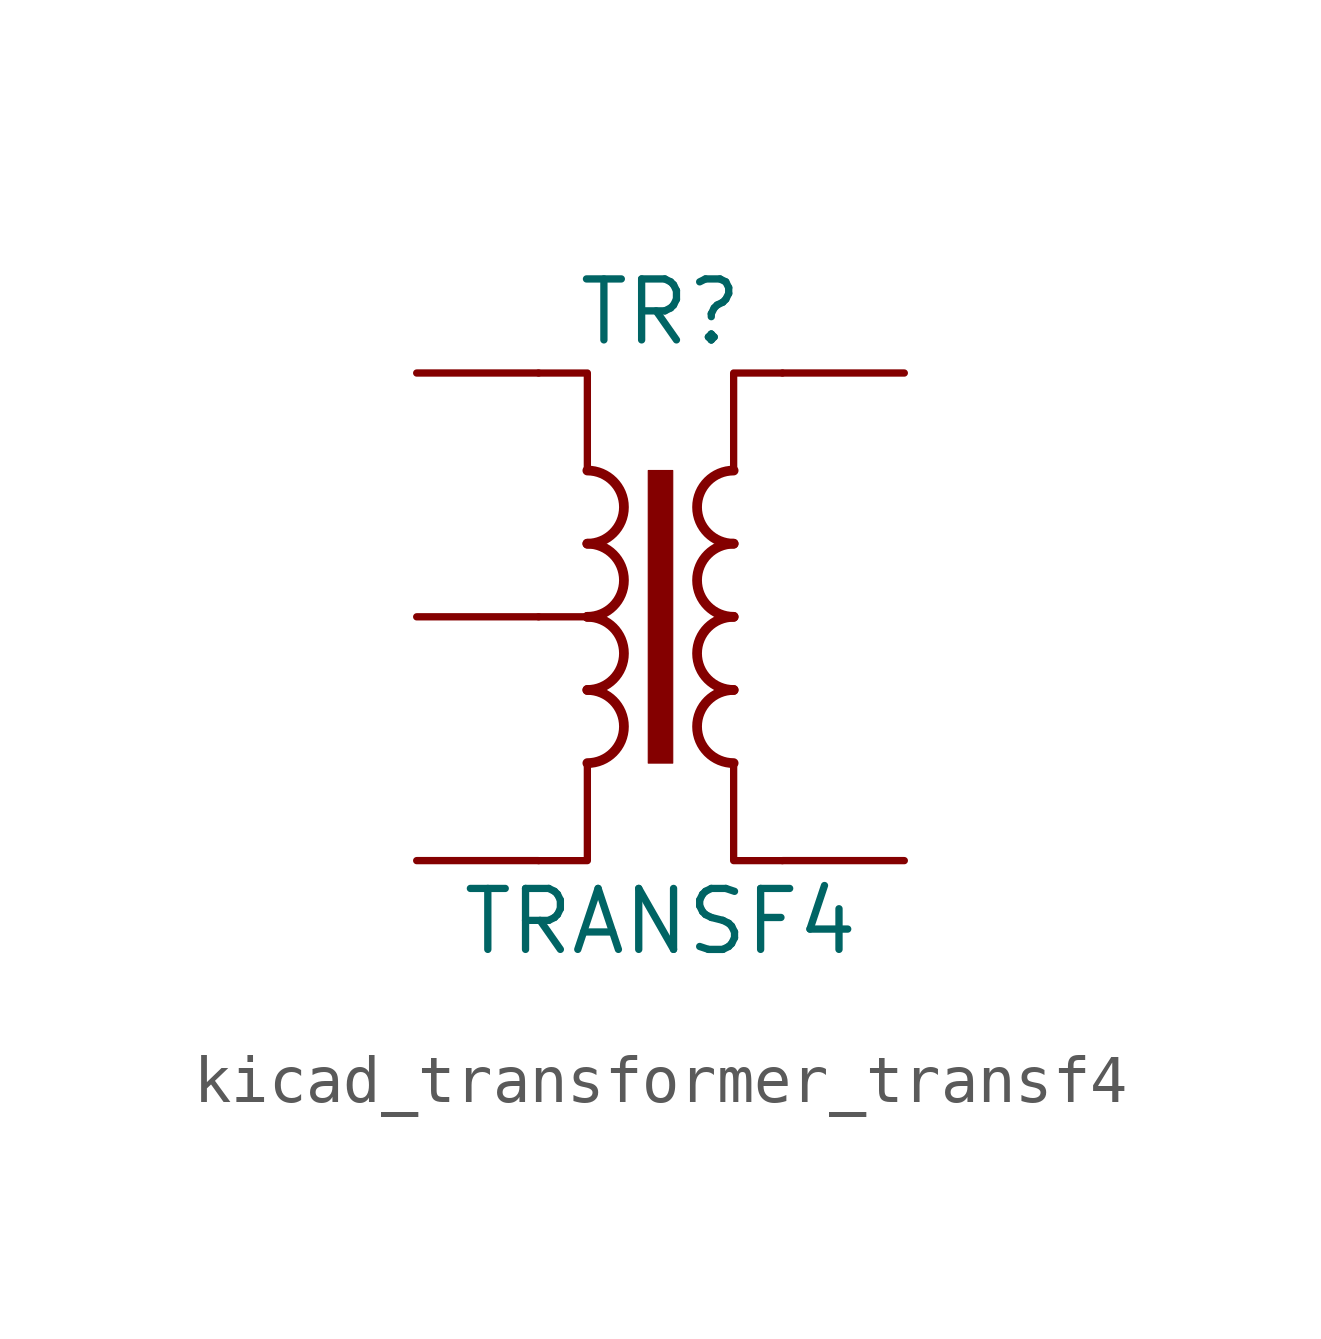
<source format=kicad_sym>
(kicad_symbol_lib
  (version 20220914)
  (generator kicad_symbol_editor)
  (symbol "kicad_transformer_transf4"
    (pin_numbers hide)
    (pin_names
      (offset 0))
    (property "Reference" "TR"
      (at 0 6.35 0)
      (effects (font (size 1.27 1.27))))
    (property "Value" "TRANSF4"
      (at 0 -6.35 0)
      (effects (font (size 1.27 1.27))))
    (symbol "kicad_transformer_transf4_0_1"
      (arc (start -1.524 -3.048) (mid -0.7653 -2.286) (end -1.524 -1.524) (stroke (width 0.2032) (type default)) (fill (type none)))
      (arc (start -1.524 -1.524) (mid -0.7653 -0.762) (end -1.524 0) (stroke (width 0.2032) (type default)) (fill (type none)))
      (arc (start -1.524 0) (mid -0.7653 0.762) (end -1.524 1.524) (stroke (width 0.2032) (type default)) (fill (type none)))
      (arc (start -1.524 1.524) (mid -0.7653 2.286) (end -1.524 3.048) (stroke (width 0.2032) (type default)) (fill (type none)))
      (rectangle (start -0.254 3.048) (end 0.254 -3.048) (stroke (width 0.025) (type default)) (fill (type outline)))
      (polyline (pts (xy -1.524 0) (xy -2.54 0) (xy -2.54 0)) (stroke (width 0) (type default)) (fill (type outline)))
      (polyline (pts (xy -2.54 5.08) (xy -1.524 5.08) (xy -1.524 3.048) (xy -1.524 3.048)) (stroke (width 0.152) (type default)) (fill (type none)))
      (polyline (pts (xy -1.524 -3.048) (xy -1.524 -5.08) (xy -2.54 -5.08) (xy -2.54 -5.08)) (stroke (width 0.152) (type default)) (fill (type none)))
      (polyline (pts (xy 1.524 3.048) (xy 1.524 5.08) (xy 2.54 5.08) (xy 2.54 5.08)) (stroke (width 0.152) (type default)) (fill (type none)))
      (polyline (pts (xy 2.54 -5.08) (xy 1.524 -5.08) (xy 1.524 -3.048) (xy 1.524 -3.048)) (stroke (width 0.152) (type default)) (fill (type none)))
      (arc (start 1.524 -1.524) (mid 0.7653 -2.286) (end 1.524 -3.048) (stroke (width 0.2032) (type default)) (fill (type none)))
      (arc (start 1.524 0) (mid 0.7653 -0.762) (end 1.524 -1.524) (stroke (width 0.2032) (type default)) (fill (type none)))
      (arc (start 1.524 1.524) (mid 0.7653 0.762) (end 1.524 0) (stroke (width 0.2032) (type default)) (fill (type none)))
      (arc (start 1.524 3.048) (mid 0.7653 2.286) (end 1.524 1.524) (stroke (width 0.2032) (type default)) (fill (type none))))
    (symbol "kicad_transformer_transf4_1_1"
      (pin passive line (at -5.08 5.08 0) (length 2.54) (name "~" (effects (font (size 1.27 1.27)))) (number "1" (effects (font (size 1.27 1.27)))))
      (pin passive line (at -5.08 0 0) (length 2.54) (name "~" (effects (font (size 1.27 1.27)))) (number "2" (effects (font (size 1.27 1.27)))))
      (pin passive line (at -5.08 -5.08 0) (length 2.54) (name "~" (effects (font (size 1.27 1.27)))) (number "3" (effects (font (size 1.27 1.27)))))
      (pin passive line (at 5.08 -5.08 180) (length 2.54) (name "~" (effects (font (size 1.27 1.27)))) (number "4" (effects (font (size 1.27 1.27)))))
      (pin passive line (at 5.08 5.08 180) (length 2.54) (name "~" (effects (font (size 1.27 1.27)))) (number "5" (effects (font (size 1.27 1.27))))))))
</source>
